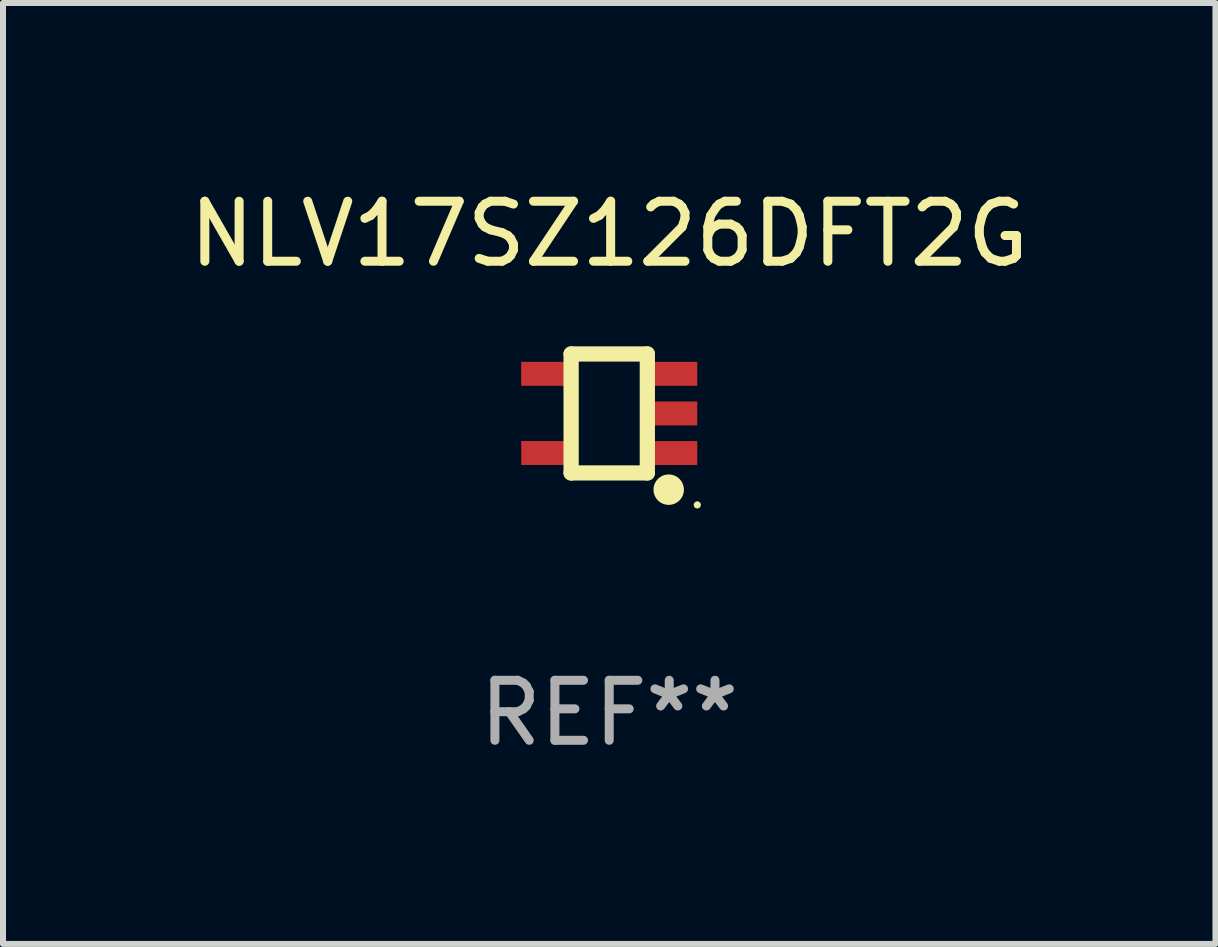
<source format=kicad_pcb>
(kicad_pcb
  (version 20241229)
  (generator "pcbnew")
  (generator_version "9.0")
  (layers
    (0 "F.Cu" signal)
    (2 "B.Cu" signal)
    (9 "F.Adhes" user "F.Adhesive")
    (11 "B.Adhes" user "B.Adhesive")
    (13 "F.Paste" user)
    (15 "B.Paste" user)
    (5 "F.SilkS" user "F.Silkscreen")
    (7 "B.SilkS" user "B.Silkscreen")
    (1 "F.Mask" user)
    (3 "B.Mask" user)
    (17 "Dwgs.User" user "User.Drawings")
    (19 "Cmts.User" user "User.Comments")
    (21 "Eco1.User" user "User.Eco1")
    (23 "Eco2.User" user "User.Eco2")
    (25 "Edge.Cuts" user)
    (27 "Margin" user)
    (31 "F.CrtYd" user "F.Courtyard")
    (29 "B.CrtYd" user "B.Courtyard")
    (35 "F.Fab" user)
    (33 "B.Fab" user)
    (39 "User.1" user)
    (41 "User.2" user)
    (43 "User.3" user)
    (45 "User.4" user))
  (footprint "NLV17SZ126DFT2G"
    (layer "F.Cu")
    (at 7.101 3.839)
    (property "Reference" "NLV17SZ126DFT2G" (at 0 -2.991 0) (layer "F.SilkS") (effects (font (size 1 1) (thickness 0.15))))
    (attr through_hole)
    (fp_line (start -0.635 -0.991) (end 0.635 -0.991) (stroke (width 0.254) (type solid)) (layer "F.SilkS"))
    (fp_line (start -0.635 0.991) (end -0.635 -0.991) (stroke (width 0.254) (type solid)) (layer "F.SilkS"))
    (fp_line (start 0.635 -0.991) (end 0.635 0.991) (stroke (width 0.254) (type solid)) (layer "F.SilkS"))
    (fp_line (start 0.635 0.991) (end -0.635 0.991) (stroke (width 0.254) (type solid)) (layer "F.SilkS"))
    (fp_circle (center 0.991 1.27) (end 1.118 1.27) (stroke (width 0.254) (type solid)) (fill no) (layer "F.SilkS"))
    (fp_circle (center 1.467 1.524) (end 1.497 1.524) (stroke (width 0.06) (type solid)) (fill no) (layer "F.SilkS"))
    (fp_text user "REF**" (at 0 4.991 0) (layer "F.Fab") (effects (font (size 1 1) (thickness 0.15))))
    (pad "1" smd rect (at 1.067 0.66 180) (size 0.8 0.399) (layers "F.Cu" "F.Mask" "F.Paste"))
    (pad "2" smd rect (at 1.067 0 180) (size 0.8 0.399) (layers "F.Cu" "F.Mask" "F.Paste"))
    (pad "3" smd rect (at 1.067 -0.66 180) (size 0.8 0.399) (layers "F.Cu" "F.Mask" "F.Paste"))
    (pad "4" smd rect (at -1.067 -0.66 180) (size 0.8 0.399) (layers "F.Cu" "F.Mask" "F.Paste"))
    (pad "5" smd rect (at -1.066 0.659 180) (size 0.8 0.399) (layers "F.Cu" "F.Mask" "F.Paste")))
  (gr_rect
    (start -3 -3)
    (end 17.202 12.678)
    (stroke (width 0.1) (type default))
    (fill no)
    (layer "Edge.Cuts")))
</source>
